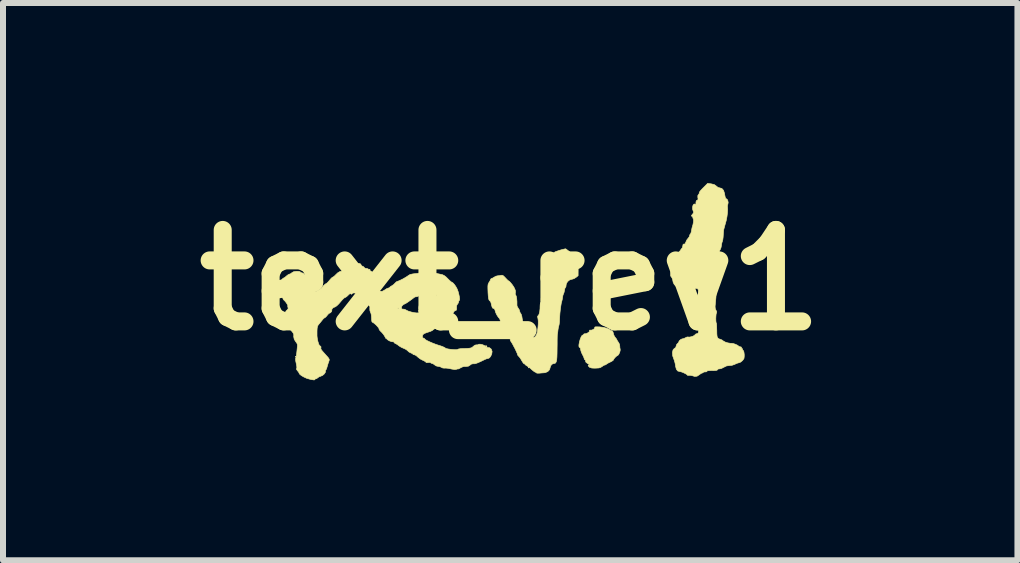
<source format=kicad_pcb>
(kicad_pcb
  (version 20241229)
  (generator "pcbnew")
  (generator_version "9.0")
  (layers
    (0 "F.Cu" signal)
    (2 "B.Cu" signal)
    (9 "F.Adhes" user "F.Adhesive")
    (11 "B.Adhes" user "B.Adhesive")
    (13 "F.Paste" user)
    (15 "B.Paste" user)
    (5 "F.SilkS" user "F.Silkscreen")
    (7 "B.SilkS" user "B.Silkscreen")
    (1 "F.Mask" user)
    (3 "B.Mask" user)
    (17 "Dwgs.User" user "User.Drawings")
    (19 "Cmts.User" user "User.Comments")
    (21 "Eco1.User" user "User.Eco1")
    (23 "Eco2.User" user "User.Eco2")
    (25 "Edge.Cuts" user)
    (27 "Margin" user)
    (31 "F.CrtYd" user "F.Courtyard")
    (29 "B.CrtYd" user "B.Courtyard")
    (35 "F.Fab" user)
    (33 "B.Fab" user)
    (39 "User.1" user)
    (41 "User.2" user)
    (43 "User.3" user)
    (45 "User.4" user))
  (footprint "text_rev1"
    (layer "F.Cu")
    (at 5.45 1.615)
    (property "Reference" "text_rev1" (at 0 0 0) (layer "F.SilkS") (effects (font (size 1.524 1.524) (thickness 0.3))))
    (attr through_hole)
    (fp_poly (pts (xy -3.568 1.276) (xy -3.574 1.282) (xy -3.58 1.276) (xy -3.574 1.27) (xy -3.568 1.276)) (stroke (width 0.01) (type solid)) (fill yes) (layer "F.SilkS"))
    (fp_poly (pts (xy 0.314 1.457) (xy 0.308 1.464) (xy 0.302 1.457) (xy 0.308 1.451) (xy 0.314 1.457)) (stroke (width 0.01) (type solid)) (fill yes) (layer "F.SilkS"))
    (fp_poly (pts (xy -0.401 1.093) (xy -0.388 1.105) (xy -0.387 1.107) (xy -0.393 1.112) (xy -0.405 1.101) (xy -0.406 1.099) (xy -0.408 1.091) (xy -0.401 1.093)) (stroke (width 0.01) (type solid)) (fill yes) (layer "F.SilkS"))
    (fp_poly (pts (xy 1.49 0.781) (xy 1.552 0.789) (xy 1.607 0.803) (xy 1.65 0.821) (xy 1.671 0.839) (xy 1.686 0.844) (xy 1.691 0.842) (xy 1.703 0.847) (xy 1.715 0.875) (xy 1.725 0.913) (xy 1.737 0.939) (xy 1.754 0.962) (xy 1.771 0.983) (xy 1.778 0.997) (xy 1.785 1.012) (xy 1.801 1.036) (xy 1.803 1.038) (xy 1.82 1.069) (xy 1.825 1.1) (xy 1.827 1.132) (xy 1.832 1.151) (xy 1.832 1.173) (xy 1.824 1.204) (xy 1.81 1.234) (xy 1.795 1.254) (xy 1.787 1.258) (xy 1.772 1.267) (xy 1.75 1.287) (xy 1.73 1.311) (xy 1.718 1.331) (xy 1.718 1.334) (xy 1.707 1.344) (xy 1.682 1.359) (xy 1.664 1.368) (xy 1.631 1.384) (xy 1.608 1.398) (xy 1.602 1.403) (xy 1.585 1.414) (xy 1.577 1.415) (xy 1.556 1.423) (xy 1.533 1.439) (xy 1.503 1.458) (xy 1.476 1.465) (xy 1.442 1.467) (xy 1.421 1.468) (xy 1.392 1.468) (xy 1.358 1.466) (xy 1.322 1.454) (xy 1.305 1.437) (xy 1.298 1.42) (xy 1.305 1.42) (xy 1.305 1.42) (xy 1.317 1.421) (xy 1.318 1.417) (xy 1.309 1.403) (xy 1.285 1.388) (xy 1.285 1.388) (xy 1.261 1.369) (xy 1.255 1.351) (xy 1.253 1.334) (xy 1.246 1.33) (xy 1.235 1.321) (xy 1.234 1.314) (xy 1.228 1.294) (xy 1.214 1.262) (xy 1.204 1.244) (xy 1.186 1.206) (xy 1.175 1.17) (xy 1.173 1.158) (xy 1.168 1.133) (xy 1.158 1.125) (xy 1.146 1.114) (xy 1.144 1.084) (xy 1.152 1.036) (xy 1.165 0.989) (xy 1.181 0.948) (xy 1.196 0.924) (xy 1.204 0.919) (xy 1.22 0.912) (xy 1.222 0.907) (xy 1.231 0.896) (xy 1.237 0.896) (xy 1.262 0.894) (xy 1.289 0.882) (xy 1.312 0.866) (xy 1.323 0.85) (xy 1.321 0.841) (xy 1.322 0.835) (xy 1.33 0.835) (xy 1.358 0.834) (xy 1.385 0.823) (xy 1.405 0.807) (xy 1.408 0.794) (xy 1.408 0.785) (xy 1.421 0.78) (xy 1.45 0.78) (xy 1.49 0.781)) (stroke (width 0.01) (type solid)) (fill yes) (layer "F.SilkS"))
    (fp_poly (pts (xy 0.934 -0.513) (xy 0.959 -0.494) (xy 0.987 -0.472) (xy 1.021 -0.446) (xy 1.051 -0.429) (xy 1.066 -0.423) (xy 1.087 -0.414) (xy 1.109 -0.392) (xy 1.11 -0.39) (xy 1.12 -0.372) (xy 1.127 -0.35) (xy 1.131 -0.319) (xy 1.132 -0.273) (xy 1.132 -0.215) (xy 1.131 -0.072) (xy 1.095 -0.043) (xy 1.062 -0.023) (xy 1.03 -0.013) (xy 1.026 -0.013) (xy 0.989 -0.001) (xy 0.956 0.026) (xy 0.935 0.062) (xy 0.931 0.084) (xy 0.928 0.111) (xy 0.921 0.123) (xy 0.912 0.136) (xy 0.905 0.165) (xy 0.904 0.173) (xy 0.897 0.206) (xy 0.888 0.231) (xy 0.886 0.233) (xy 0.878 0.255) (xy 0.873 0.284) (xy 0.867 0.322) (xy 0.86 0.351) (xy 0.851 0.383) (xy 0.843 0.432) (xy 0.835 0.491) (xy 0.828 0.554) (xy 0.824 0.613) (xy 0.822 0.653) (xy 0.82 0.699) (xy 0.815 0.74) (xy 0.811 0.757) (xy 0.802 0.792) (xy 0.795 0.835) (xy 0.794 0.847) (xy 0.79 0.881) (xy 0.786 0.903) (xy 0.785 0.907) (xy 0.784 0.921) (xy 0.783 0.954) (xy 0.782 1.004) (xy 0.782 1.067) (xy 0.781 1.132) (xy 0.78 1.218) (xy 0.778 1.283) (xy 0.774 1.33) (xy 0.767 1.361) (xy 0.757 1.38) (xy 0.744 1.389) (xy 0.726 1.391) (xy 0.726 1.391) (xy 0.699 1.401) (xy 0.676 1.426) (xy 0.665 1.457) (xy 0.665 1.46) (xy 0.654 1.495) (xy 0.626 1.525) (xy 0.586 1.542) (xy 0.571 1.545) (xy 0.526 1.548) (xy 0.481 1.552) (xy 0.452 1.552) (xy 0.436 1.548) (xy 0.435 1.546) (xy 0.426 1.537) (xy 0.42 1.536) (xy 0.403 1.528) (xy 0.377 1.508) (xy 0.357 1.491) (xy 0.323 1.461) (xy 0.289 1.437) (xy 0.275 1.428) (xy 0.252 1.413) (xy 0.242 1.4) (xy 0.242 1.4) (xy 0.235 1.394) (xy 0.232 1.395) (xy 0.222 1.389) (xy 0.206 1.366) (xy 0.193 1.345) (xy 0.172 1.309) (xy 0.151 1.281) (xy 0.142 1.272) (xy 0.125 1.252) (xy 0.121 1.239) (xy 0.116 1.222) (xy 0.101 1.189) (xy 0.082 1.148) (xy 0.059 1.105) (xy 0.038 1.065) (xy 0.02 1.035) (xy 0.011 1.023) (xy 0.001 1.002) (xy 0 0.989) (xy -0.004 0.973) (xy -0.01 0.973) (xy -0.022 0.968) (xy -0.038 0.942) (xy -0.053 0.907) (xy -0.073 0.869) (xy -0.095 0.838) (xy -0.116 0.82) (xy -0.124 0.818) (xy -0.14 0.81) (xy -0.143 0.8) (xy -0.145 0.774) (xy -0.151 0.737) (xy -0.16 0.698) (xy -0.169 0.664) (xy -0.177 0.644) (xy -0.179 0.642) (xy -0.199 0.619) (xy -0.221 0.585) (xy -0.239 0.549) (xy -0.247 0.527) (xy -0.257 0.491) (xy -0.272 0.474) (xy -0.283 0.472) (xy -0.293 0.467) (xy -0.302 0.451) (xy -0.311 0.419) (xy -0.321 0.375) (xy -0.334 0.353) (xy -0.345 0.343) (xy -0.354 0.331) (xy -0.361 0.306) (xy -0.366 0.265) (xy -0.37 0.205) (xy -0.37 0.2) (xy -0.372 0.142) (xy -0.372 0.101) (xy -0.369 0.074) (xy -0.362 0.054) (xy -0.351 0.037) (xy -0.335 0.01) (xy -0.327 -0.01) (xy -0.327 -0.011) (xy -0.317 -0.024) (xy -0.313 -0.024) (xy -0.295 -0.031) (xy -0.269 -0.047) (xy -0.267 -0.048) (xy -0.237 -0.064) (xy -0.211 -0.07) (xy -0.211 -0.07) (xy -0.181 -0.073) (xy -0.156 -0.078) (xy -0.135 -0.08) (xy -0.115 -0.071) (xy -0.09 -0.047) (xy -0.081 -0.037) (xy -0.055 -0.01) (xy -0.037 0.008) (xy -0.031 0.012) (xy -0.016 0.021) (xy 0.007 0.045) (xy 0.033 0.077) (xy 0.057 0.112) (xy 0.067 0.13) (xy 0.085 0.171) (xy 0.088 0.201) (xy 0.086 0.209) (xy 0.083 0.239) (xy 0.092 0.251) (xy 0.101 0.272) (xy 0.108 0.31) (xy 0.112 0.36) (xy 0.112 0.414) (xy 0.112 0.423) (xy 0.118 0.444) (xy 0.134 0.47) (xy 0.151 0.497) (xy 0.157 0.52) (xy 0.166 0.546) (xy 0.174 0.555) (xy 0.184 0.574) (xy 0.194 0.608) (xy 0.198 0.634) (xy 0.205 0.675) (xy 0.216 0.713) (xy 0.228 0.742) (xy 0.239 0.756) (xy 0.244 0.756) (xy 0.251 0.762) (xy 0.261 0.786) (xy 0.266 0.801) (xy 0.281 0.833) (xy 0.305 0.871) (xy 0.334 0.907) (xy 0.362 0.936) (xy 0.385 0.953) (xy 0.393 0.956) (xy 0.415 0.945) (xy 0.435 0.916) (xy 0.45 0.876) (xy 0.452 0.864) (xy 0.462 0.796) (xy 0.467 0.733) (xy 0.467 0.679) (xy 0.462 0.642) (xy 0.461 0.638) (xy 0.455 0.609) (xy 0.461 0.598) (xy 0.479 0.574) (xy 0.491 0.53) (xy 0.497 0.47) (xy 0.497 0.451) (xy 0.499 0.41) (xy 0.504 0.383) (xy 0.51 0.375) (xy 0.517 0.365) (xy 0.515 0.342) (xy 0.516 0.303) (xy 0.526 0.274) (xy 0.539 0.238) (xy 0.545 0.207) (xy 0.55 0.176) (xy 0.564 0.138) (xy 0.568 0.127) (xy 0.583 0.091) (xy 0.592 0.06) (xy 0.592 0.053) (xy 0.597 0.024) (xy 0.609 -0.011) (xy 0.61 -0.014) (xy 0.623 -0.053) (xy 0.633 -0.092) (xy 0.633 -0.092) (xy 0.641 -0.128) (xy 0.652 -0.156) (xy 0.659 -0.178) (xy 0.65 -0.199) (xy 0.641 -0.208) (xy 0.622 -0.238) (xy 0.618 -0.274) (xy 0.63 -0.323) (xy 0.637 -0.341) (xy 0.673 -0.404) (xy 0.674 -0.405) (xy 0.689 -0.405) (xy 0.695 -0.399) (xy 0.702 -0.405) (xy 0.695 -0.411) (xy 0.689 -0.405) (xy 0.674 -0.405) (xy 0.726 -0.455) (xy 0.746 -0.468) (xy 0.768 -0.477) (xy 0.804 -0.489) (xy 0.845 -0.502) (xy 0.885 -0.512) (xy 0.914 -0.519) (xy 0.923 -0.52) (xy 0.934 -0.513)) (stroke (width 0.01) (type solid)) (fill yes) (layer "F.SilkS"))
    (fp_poly (pts (xy 3.349 -1.602) (xy 3.401 -1.589) (xy 3.434 -1.565) (xy 3.46 -1.544) (xy 3.486 -1.536) (xy 3.526 -1.525) (xy 3.554 -1.493) (xy 3.571 -1.44) (xy 3.573 -1.424) (xy 3.582 -1.379) (xy 3.593 -1.357) (xy 3.598 -1.355) (xy 3.614 -1.344) (xy 3.626 -1.319) (xy 3.631 -1.289) (xy 3.626 -1.265) (xy 3.619 -1.237) (xy 3.62 -1.214) (xy 3.622 -1.174) (xy 3.619 -1.119) (xy 3.611 -1.056) (xy 3.599 -0.994) (xy 3.585 -0.941) (xy 3.579 -0.922) (xy 3.556 -0.836) (xy 3.55 -0.762) (xy 3.547 -0.714) (xy 3.542 -0.674) (xy 3.536 -0.648) (xy 3.535 -0.647) (xy 3.526 -0.619) (xy 3.519 -0.582) (xy 3.519 -0.575) (xy 3.511 -0.537) (xy 3.498 -0.506) (xy 3.495 -0.502) (xy 3.485 -0.479) (xy 3.475 -0.433) (xy 3.466 -0.366) (xy 3.457 -0.28) (xy 3.449 -0.176) (xy 3.442 -0.056) (xy 3.435 0.078) (xy 3.43 0.224) (xy 3.427 0.284) (xy 3.422 0.349) (xy 3.418 0.39) (xy 3.413 0.438) (xy 3.415 0.469) (xy 3.422 0.492) (xy 3.428 0.503) (xy 3.441 0.531) (xy 3.436 0.549) (xy 3.43 0.567) (xy 3.427 0.6) (xy 3.425 0.64) (xy 3.426 0.678) (xy 3.429 0.707) (xy 3.434 0.719) (xy 3.437 0.732) (xy 3.439 0.764) (xy 3.44 0.809) (xy 3.441 0.836) (xy 3.442 0.897) (xy 3.446 0.939) (xy 3.456 0.964) (xy 3.473 0.979) (xy 3.497 0.986) (xy 3.526 0.998) (xy 3.549 1.015) (xy 3.58 1.033) (xy 3.624 1.047) (xy 3.671 1.055) (xy 3.692 1.055) (xy 3.719 1.059) (xy 3.753 1.071) (xy 3.785 1.086) (xy 3.804 1.1) (xy 3.804 1.1) (xy 3.821 1.111) (xy 3.836 1.113) (xy 3.852 1.118) (xy 3.852 1.125) (xy 3.853 1.136) (xy 3.858 1.137) (xy 3.869 1.147) (xy 3.87 1.155) (xy 3.876 1.171) (xy 3.881 1.173) (xy 3.889 1.184) (xy 3.895 1.211) (xy 3.899 1.246) (xy 3.898 1.28) (xy 3.894 1.307) (xy 3.892 1.312) (xy 3.869 1.342) (xy 3.839 1.367) (xy 3.812 1.378) (xy 3.81 1.378) (xy 3.788 1.384) (xy 3.755 1.397) (xy 3.743 1.404) (xy 3.694 1.421) (xy 3.65 1.425) (xy 3.604 1.431) (xy 3.557 1.454) (xy 3.522 1.472) (xy 3.493 1.48) (xy 3.486 1.48) (xy 3.463 1.483) (xy 3.456 1.492) (xy 3.446 1.502) (xy 3.424 1.507) (xy 3.385 1.509) (xy 3.363 1.508) (xy 3.312 1.509) (xy 3.284 1.513) (xy 3.278 1.52) (xy 3.268 1.529) (xy 3.248 1.531) (xy 3.225 1.532) (xy 3.217 1.538) (xy 3.208 1.547) (xy 3.2 1.548) (xy 3.18 1.556) (xy 3.154 1.575) (xy 3.15 1.578) (xy 3.113 1.602) (xy 3.073 1.606) (xy 3.036 1.595) (xy 3.002 1.588) (xy 2.978 1.588) (xy 2.957 1.589) (xy 2.951 1.584) (xy 2.941 1.573) (xy 2.915 1.558) (xy 2.882 1.542) (xy 2.849 1.53) (xy 2.823 1.524) (xy 2.821 1.524) (xy 2.79 1.515) (xy 2.768 1.487) (xy 2.755 1.439) (xy 2.754 1.428) (xy 2.746 1.383) (xy 2.734 1.341) (xy 2.729 1.327) (xy 2.707 1.265) (xy 2.702 1.209) (xy 2.712 1.166) (xy 2.719 1.156) (xy 2.737 1.137) (xy 2.748 1.132) (xy 2.749 1.132) (xy 2.756 1.127) (xy 2.763 1.104) (xy 2.764 1.101) (xy 2.774 1.072) (xy 2.789 1.056) (xy 2.789 1.056) (xy 2.804 1.042) (xy 2.806 1.035) (xy 2.816 1.013) (xy 2.839 0.992) (xy 2.865 0.98) (xy 2.871 0.98) (xy 2.896 0.973) (xy 2.921 0.961) (xy 2.946 0.949) (xy 2.963 0.949) (xy 2.984 0.951) (xy 3.016 0.945) (xy 3.048 0.934) (xy 3.071 0.92) (xy 3.076 0.914) (xy 3.092 0.899) (xy 3.111 0.893) (xy 3.122 0.89) (xy 3.13 0.884) (xy 3.135 0.87) (xy 3.138 0.843) (xy 3.139 0.801) (xy 3.14 0.738) (xy 3.14 0.669) (xy 3.138 0.621) (xy 3.133 0.59) (xy 3.126 0.573) (xy 3.124 0.571) (xy 3.114 0.552) (xy 3.122 0.537) (xy 3.13 0.511) (xy 3.131 0.464) (xy 3.13 0.438) (xy 3.128 0.384) (xy 3.128 0.32) (xy 3.131 0.259) (xy 3.131 0.256) (xy 3.135 0.201) (xy 3.133 0.166) (xy 3.124 0.147) (xy 3.107 0.14) (xy 3.078 0.14) (xy 3.078 0.14) (xy 3.047 0.143) (xy 3.026 0.144) (xy 3.016 0.151) (xy 3.017 0.156) (xy 3.015 0.171) (xy 3.007 0.181) (xy 2.988 0.188) (xy 2.982 0.182) (xy 2.966 0.176) (xy 2.935 0.174) (xy 2.914 0.175) (xy 2.88 0.176) (xy 2.858 0.174) (xy 2.854 0.171) (xy 2.845 0.161) (xy 2.821 0.148) (xy 2.818 0.147) (xy 2.795 0.133) (xy 2.788 0.121) (xy 2.789 0.12) (xy 2.785 0.11) (xy 2.777 0.109) (xy 2.755 0.098) (xy 2.732 0.073) (xy 2.715 0.04) (xy 2.709 0.011) (xy 2.703 -0.02) (xy 2.692 -0.04) (xy 2.676 -0.062) (xy 2.672 -0.074) (xy 2.672 -0.099) (xy 2.676 -0.134) (xy 2.682 -0.173) (xy 2.69 -0.205) (xy 2.698 -0.224) (xy 2.699 -0.225) (xy 2.707 -0.241) (xy 2.709 -0.256) (xy 2.717 -0.281) (xy 2.735 -0.311) (xy 2.741 -0.318) (xy 2.764 -0.355) (xy 2.767 -0.39) (xy 2.768 -0.417) (xy 2.783 -0.441) (xy 2.802 -0.46) (xy 2.827 -0.484) (xy 2.841 -0.502) (xy 2.842 -0.507) (xy 2.852 -0.521) (xy 2.855 -0.522) (xy 2.868 -0.539) (xy 2.876 -0.574) (xy 2.878 -0.589) (xy 2.887 -0.599) (xy 2.896 -0.598) (xy 2.912 -0.603) (xy 2.926 -0.633) (xy 2.926 -0.633) (xy 2.942 -0.668) (xy 2.963 -0.695) (xy 2.964 -0.696) (xy 2.982 -0.72) (xy 2.988 -0.739) (xy 2.994 -0.759) (xy 3 -0.764) (xy 3.009 -0.778) (xy 3.017 -0.806) (xy 3.019 -0.817) (xy 3.025 -0.852) (xy 3.031 -0.879) (xy 3.033 -0.883) (xy 3.044 -0.922) (xy 3.052 -0.963) (xy 3.054 -0.998) (xy 3.05 -1.02) (xy 3.048 -1.022) (xy 3.041 -1.037) (xy 3.043 -1.041) (xy 3.039 -1.054) (xy 3.03 -1.06) (xy 3.018 -1.067) (xy 3.023 -1.08) (xy 3.036 -1.095) (xy 3.053 -1.119) (xy 3.053 -1.139) (xy 3.049 -1.147) (xy 3.038 -1.18) (xy 3.038 -1.215) (xy 3.045 -1.245) (xy 3.06 -1.264) (xy 3.079 -1.267) (xy 3.084 -1.264) (xy 3.095 -1.263) (xy 3.095 -1.266) (xy 3.094 -1.3) (xy 3.103 -1.324) (xy 3.115 -1.33) (xy 3.127 -1.336) (xy 3.129 -1.356) (xy 3.126 -1.371) (xy 3.125 -1.406) (xy 3.138 -1.426) (xy 3.15 -1.444) (xy 3.149 -1.454) (xy 3.154 -1.467) (xy 3.173 -1.492) (xy 3.203 -1.524) (xy 3.216 -1.537) (xy 3.289 -1.61) (xy 3.349 -1.602)) (stroke (width 0.01) (type solid)) (fill yes) (layer "F.SilkS"))
    (fp_poly (pts (xy -2.489 -0.263) (xy -2.486 -0.254) (xy -2.472 -0.234) (xy -2.46 -0.23) (xy -2.441 -0.22) (xy -2.436 -0.212) (xy -2.419 -0.197) (xy -2.4 -0.194) (xy -2.375 -0.189) (xy -2.364 -0.181) (xy -2.349 -0.175) (xy -2.344 -0.177) (xy -2.336 -0.178) (xy -2.339 -0.171) (xy -2.336 -0.157) (xy -2.317 -0.145) (xy -2.292 -0.13) (xy -2.284 -0.106) (xy -2.285 -0.086) (xy -2.281 -0.066) (xy -2.277 -0.062) (xy -2.269 -0.046) (xy -2.257 -0.013) (xy -2.243 0.034) (xy -2.229 0.089) (xy -2.217 0.139) (xy -2.209 0.171) (xy -2.195 0.185) (xy -2.17 0.191) (xy -2.168 0.191) (xy -2.127 0.186) (xy -2.088 0.164) (xy -2.058 0.144) (xy -2.033 0.134) (xy -2.028 0.133) (xy -2.011 0.128) (xy -2.008 0.123) (xy -1.998 0.111) (xy -1.976 0.098) (xy -1.944 0.077) (xy -1.921 0.054) (xy -1.9 0.033) (xy -1.885 0.024) (xy -1.884 0.024) (xy -1.865 0.018) (xy -1.831 0.003) (xy -1.79 -0.017) (xy -1.75 -0.04) (xy -1.716 -0.061) (xy -1.697 -0.075) (xy -1.668 -0.092) (xy -1.622 -0.102) (xy -1.595 -0.105) (xy -1.54 -0.111) (xy -1.484 -0.121) (xy -1.454 -0.129) (xy -1.394 -0.14) (xy -1.332 -0.139) (xy -1.278 -0.129) (xy -1.259 -0.121) (xy -1.237 -0.113) (xy -1.2 -0.104) (xy -1.171 -0.098) (xy -1.13 -0.089) (xy -1.099 -0.074) (xy -1.068 -0.05) (xy -1.043 -0.025) (xy -1.012 0.006) (xy -0.988 0.027) (xy -0.975 0.036) (xy -0.974 0.036) (xy -0.956 0.046) (xy -0.932 0.072) (xy -0.907 0.107) (xy -0.886 0.145) (xy -0.882 0.154) (xy -0.868 0.192) (xy -0.857 0.234) (xy -0.848 0.276) (xy -0.844 0.312) (xy -0.845 0.334) (xy -0.848 0.339) (xy -0.857 0.349) (xy -0.859 0.361) (xy -0.868 0.388) (xy -0.878 0.4) (xy -0.891 0.423) (xy -0.894 0.447) (xy -0.894 0.483) (xy -0.898 0.502) (xy -0.909 0.508) (xy -0.913 0.508) (xy -0.931 0.518) (xy -0.946 0.541) (xy -0.963 0.571) (xy -0.989 0.605) (xy -1 0.617) (xy -1.034 0.654) (xy -1.069 0.694) (xy -1.076 0.703) (xy -1.108 0.734) (xy -1.142 0.757) (xy -1.152 0.762) (xy -1.21 0.786) (xy -1.254 0.808) (xy -1.281 0.826) (xy -1.286 0.831) (xy -1.302 0.843) (xy -1.333 0.857) (xy -1.354 0.864) (xy -1.394 0.877) (xy -1.428 0.89) (xy -1.438 0.895) (xy -1.456 0.912) (xy -1.463 0.936) (xy -1.461 0.958) (xy -1.447 0.968) (xy -1.445 0.968) (xy -1.429 0.974) (xy -1.427 0.979) (xy -1.417 0.99) (xy -1.388 1.008) (xy -1.346 1.028) (xy -1.295 1.05) (xy -1.241 1.071) (xy -1.187 1.089) (xy -1.185 1.089) (xy -1.14 1.104) (xy -1.104 1.119) (xy -1.082 1.132) (xy -1.081 1.134) (xy -1.064 1.142) (xy -1.032 1.149) (xy -0.991 1.155) (xy -0.948 1.159) (xy -0.91 1.161) (xy -0.882 1.159) (xy -0.871 1.153) (xy -0.86 1.149) (xy -0.83 1.144) (xy -0.786 1.141) (xy -0.76 1.141) (xy -0.707 1.139) (xy -0.671 1.135) (xy -0.647 1.129) (xy -0.629 1.118) (xy -0.616 1.106) (xy -0.588 1.085) (xy -0.565 1.08) (xy -0.564 1.08) (xy -0.544 1.081) (xy -0.539 1.077) (xy -0.521 1.069) (xy -0.491 1.07) (xy -0.456 1.079) (xy -0.426 1.094) (xy -0.418 1.1) (xy -0.396 1.117) (xy -0.38 1.124) (xy -0.38 1.124) (xy -0.344 1.128) (xy -0.316 1.151) (xy -0.303 1.186) (xy -0.302 1.193) (xy -0.308 1.232) (xy -0.324 1.268) (xy -0.344 1.295) (xy -0.365 1.306) (xy -0.365 1.306) (xy -0.394 1.312) (xy -0.421 1.323) (xy -0.495 1.359) (xy -0.551 1.383) (xy -0.589 1.395) (xy -0.613 1.395) (xy -0.644 1.399) (xy -0.664 1.414) (xy -0.696 1.435) (xy -0.739 1.441) (xy -0.765 1.44) (xy -0.789 1.445) (xy -0.821 1.459) (xy -0.829 1.464) (xy -0.855 1.478) (xy -0.87 1.483) (xy -0.871 1.482) (xy -0.88 1.481) (xy -0.892 1.486) (xy -0.922 1.491) (xy -0.972 1.484) (xy -0.991 1.48) (xy -1.035 1.471) (xy -1.073 1.467) (xy -1.094 1.468) (xy -1.123 1.466) (xy -1.142 1.457) (xy -1.172 1.443) (xy -1.2 1.439) (xy -1.234 1.431) (xy -1.258 1.415) (xy -1.282 1.397) (xy -1.3 1.391) (xy -1.32 1.384) (xy -1.324 1.379) (xy -1.34 1.373) (xy -1.367 1.375) (xy -1.392 1.377) (xy -1.403 1.371) (xy -1.403 1.371) (xy -1.413 1.36) (xy -1.439 1.345) (xy -1.457 1.337) (xy -1.497 1.316) (xy -1.533 1.289) (xy -1.542 1.281) (xy -1.568 1.258) (xy -1.593 1.246) (xy -1.597 1.246) (xy -1.616 1.241) (xy -1.621 1.235) (xy -1.631 1.225) (xy -1.653 1.216) (xy -1.685 1.2) (xy -1.706 1.181) (xy -1.732 1.159) (xy -1.768 1.141) (xy -1.776 1.138) (xy -1.816 1.12) (xy -1.853 1.097) (xy -1.857 1.093) (xy -1.886 1.072) (xy -1.911 1.058) (xy -1.913 1.058) (xy -1.931 1.047) (xy -1.935 1.039) (xy -1.942 1.03) (xy -1.944 1.03) (xy -1.975 1.027) (xy -2.012 1.014) (xy -2.042 0.996) (xy -2.051 0.988) (xy -2.064 0.973) (xy -2.069 0.974) (xy -2.073 0.972) (xy -2.083 0.953) (xy -2.088 0.943) (xy -2.109 0.909) (xy -2.139 0.873) (xy -2.149 0.864) (xy -2.173 0.839) (xy -2.185 0.82) (xy -2.185 0.814) (xy -2.19 0.801) (xy -2.208 0.778) (xy -2.233 0.751) (xy -2.261 0.726) (xy -2.285 0.708) (xy -2.299 0.702) (xy -2.305 0.691) (xy -2.309 0.662) (xy -2.31 0.631) (xy -2.314 0.581) (xy -2.323 0.545) (xy -2.328 0.538) (xy -2.338 0.507) (xy -2.339 0.48) (xy -1.886 0.48) (xy -1.874 0.478) (xy -1.871 0.477) (xy -1.856 0.467) (xy -1.856 0.462) (xy -1.869 0.463) (xy -1.878 0.47) (xy -1.886 0.48) (xy -2.339 0.48) (xy -2.339 0.464) (xy -2.339 0.461) (xy -1.814 0.461) (xy -1.805 0.482) (xy -1.779 0.486) (xy -1.774 0.485) (xy -1.756 0.489) (xy -1.737 0.499) (xy -1.699 0.518) (xy -1.649 0.533) (xy -1.598 0.544) (xy -1.553 0.549) (xy -1.527 0.546) (xy -1.517 0.538) (xy -1.526 0.524) (xy -1.533 0.511) (xy -1.529 0.509) (xy -1.504 0.507) (xy -1.481 0.496) (xy -1.471 0.481) (xy -1.472 0.477) (xy -1.469 0.463) (xy -1.446 0.457) (xy -1.405 0.458) (xy -1.38 0.453) (xy -1.37 0.436) (xy -1.36 0.416) (xy -1.35 0.411) (xy -1.334 0.402) (xy -1.321 0.387) (xy -1.305 0.37) (xy -1.294 0.369) (xy -1.284 0.365) (xy -1.282 0.353) (xy -1.273 0.33) (xy -1.263 0.322) (xy -1.249 0.307) (xy -1.25 0.296) (xy -1.25 0.281) (xy -1.245 0.278) (xy -1.236 0.268) (xy -1.234 0.253) (xy -1.239 0.235) (xy -1.249 0.233) (xy -1.27 0.232) (xy -1.297 0.222) (xy -1.325 0.211) (xy -1.358 0.204) (xy -1.39 0.199) (xy -1.413 0.199) (xy -1.422 0.204) (xy -1.421 0.206) (xy -1.425 0.219) (xy -1.436 0.229) (xy -1.448 0.239) (xy -1.445 0.242) (xy -1.443 0.247) (xy -1.451 0.253) (xy -1.477 0.257) (xy -1.49 0.253) (xy -1.508 0.248) (xy -1.512 0.252) (xy -1.522 0.263) (xy -1.545 0.274) (xy -1.569 0.28) (xy -1.576 0.279) (xy -1.592 0.285) (xy -1.6 0.29) (xy -1.632 0.315) (xy -1.669 0.342) (xy -1.706 0.368) (xy -1.737 0.388) (xy -1.756 0.398) (xy -1.759 0.399) (xy -1.78 0.409) (xy -1.802 0.431) (xy -1.814 0.456) (xy -1.814 0.461) (xy -2.339 0.461) (xy -2.331 0.415) (xy -2.316 0.37) (xy -2.309 0.357) (xy -2.294 0.323) (xy -2.298 0.303) (xy -2.322 0.296) (xy -2.363 0.302) (xy -2.42 0.307) (xy -2.462 0.294) (xy -2.483 0.27) (xy -2.504 0.249) (xy -2.535 0.232) (xy -2.57 0.22) (xy -2.603 0.215) (xy -2.627 0.219) (xy -2.637 0.232) (xy -2.643 0.238) (xy -2.653 0.231) (xy -2.668 0.227) (xy -2.687 0.239) (xy -2.701 0.254) (xy -2.726 0.277) (xy -2.747 0.29) (xy -2.75 0.29) (xy -2.766 0.299) (xy -2.791 0.322) (xy -2.814 0.348) (xy -2.856 0.397) (xy -2.889 0.429) (xy -2.917 0.448) (xy -2.936 0.455) (xy -2.96 0.47) (xy -2.973 0.493) (xy -2.972 0.509) (xy -2.976 0.523) (xy -2.99 0.541) (xy -3.005 0.551) (xy -3.01 0.551) (xy -3.021 0.557) (xy -3.04 0.577) (xy -3.048 0.587) (xy -3.07 0.613) (xy -3.087 0.627) (xy -3.091 0.629) (xy -3.106 0.638) (xy -3.121 0.654) (xy -3.14 0.678) (xy -3.166 0.71) (xy -3.178 0.724) (xy -3.2 0.751) (xy -3.212 0.777) (xy -3.217 0.809) (xy -3.219 0.847) (xy -3.219 0.897) (xy -3.219 0.931) (xy -3.216 0.96) (xy -3.211 0.991) (xy -3.203 1.027) (xy -3.189 1.072) (xy -3.173 1.095) (xy -3.168 1.097) (xy -3.153 1.111) (xy -3.153 1.125) (xy -3.155 1.137) (xy -3.153 1.15) (xy -3.143 1.167) (xy -3.123 1.191) (xy -3.09 1.228) (xy -3.067 1.254) (xy -3.036 1.288) (xy -3.02 1.311) (xy -3.014 1.328) (xy -3.018 1.346) (xy -3.023 1.358) (xy -3.036 1.396) (xy -3.049 1.44) (xy -3.051 1.448) (xy -3.061 1.48) (xy -3.071 1.498) (xy -3.074 1.5) (xy -3.079 1.509) (xy -3.077 1.516) (xy -3.08 1.538) (xy -3.098 1.565) (xy -3.126 1.589) (xy -3.156 1.602) (xy -3.156 1.602) (xy -3.187 1.614) (xy -3.206 1.628) (xy -3.226 1.643) (xy -3.237 1.645) (xy -3.252 1.651) (xy -3.254 1.655) (xy -3.258 1.663) (xy -3.275 1.664) (xy -3.308 1.659) (xy -3.344 1.651) (xy -3.394 1.636) (xy -3.441 1.614) (xy -3.482 1.59) (xy -3.51 1.566) (xy -3.52 1.546) (xy -3.527 1.531) (xy -3.545 1.511) (xy -3.561 1.487) (xy -3.559 1.474) (xy -3.554 1.454) (xy -3.56 1.414) (xy -3.565 1.39) (xy -3.574 1.347) (xy -3.576 1.312) (xy -3.573 1.298) (xy -3.568 1.284) (xy -3.564 1.266) (xy -3.56 1.24) (xy -3.555 1.2) (xy -3.549 1.141) (xy -3.549 1.14) (xy -3.545 1.097) (xy -3.547 1.07) (xy -3.557 1.048) (xy -3.573 1.028) (xy -3.598 0.988) (xy -3.607 0.945) (xy -3.606 0.916) (xy -3.608 0.9) (xy -3.619 0.879) (xy -3.641 0.851) (xy -3.676 0.812) (xy -3.694 0.793) (xy -3.716 0.769) (xy -3.73 0.749) (xy -3.738 0.727) (xy -3.742 0.695) (xy -3.744 0.647) (xy -3.744 0.633) (xy -3.745 0.58) (xy -3.744 0.546) (xy -3.74 0.525) (xy -3.731 0.511) (xy -3.719 0.501) (xy -3.7 0.48) (xy -3.701 0.461) (xy -3.702 0.459) (xy -3.707 0.439) (xy -3.705 0.432) (xy -3.707 0.419) (xy -3.72 0.395) (xy -3.739 0.368) (xy -3.759 0.344) (xy -3.77 0.335) (xy -3.784 0.316) (xy -3.786 0.308) (xy -3.793 0.292) (xy -3.798 0.29) (xy -3.808 0.28) (xy -3.81 0.271) (xy -3.817 0.248) (xy -3.833 0.22) (xy -3.847 0.191) (xy -3.852 0.166) (xy -3.852 0.166) (xy -3.854 0.145) (xy -3.86 0.138) (xy -3.865 0.123) (xy -3.862 0.096) (xy -3.851 0.071) (xy -3.838 0.057) (xy -3.824 0.037) (xy -3.822 0.026) (xy -3.814 0.006) (xy -3.796 -0.018) (xy -3.775 -0.034) (xy -3.767 -0.036) (xy -3.755 -0.044) (xy -3.733 -0.062) (xy -3.728 -0.067) (xy -3.702 -0.087) (xy -3.682 -0.097) (xy -3.68 -0.097) (xy -3.66 -0.104) (xy -3.638 -0.121) (xy -3.607 -0.139) (xy -3.562 -0.145) (xy -3.554 -0.145) (xy -3.52 -0.143) (xy -3.499 -0.137) (xy -3.496 -0.133) (xy -3.485 -0.123) (xy -3.472 -0.121) (xy -3.447 -0.112) (xy -3.438 -0.102) (xy -3.42 -0.084) (xy -3.41 -0.08) (xy -3.359 -0.059) (xy -3.32 -0.019) (xy -3.295 0.034) (xy -3.288 0.097) (xy -3.288 0.101) (xy -3.287 0.136) (xy -3.283 0.16) (xy -3.281 0.164) (xy -3.267 0.176) (xy -3.247 0.184) (xy -3.23 0.186) (xy -3.224 0.182) (xy -3.225 0.179) (xy -3.221 0.171) (xy -3.208 0.171) (xy -3.184 0.164) (xy -3.15 0.137) (xy -3.133 0.118) (xy -3.104 0.088) (xy -3.08 0.067) (xy -3.068 0.06) (xy -3.053 0.051) (xy -3.03 0.028) (xy -3.012 0.006) (xy -2.986 -0.024) (xy -2.965 -0.044) (xy -2.956 -0.048) (xy -2.94 -0.057) (xy -2.916 -0.078) (xy -2.906 -0.089) (xy -2.872 -0.121) (xy -2.836 -0.142) (xy -2.807 -0.148) (xy -2.803 -0.148) (xy -2.794 -0.154) (xy -2.794 -0.157) (xy -2.784 -0.169) (xy -2.759 -0.183) (xy -2.751 -0.187) (xy -2.722 -0.203) (xy -2.703 -0.22) (xy -2.702 -0.223) (xy -2.685 -0.237) (xy -2.659 -0.242) (xy -2.624 -0.246) (xy -2.598 -0.255) (xy -2.569 -0.266) (xy -2.534 -0.273) (xy -2.504 -0.274) (xy -2.489 -0.263)) (stroke (width 0.01) (type solid)) (fill yes) (layer "F.SilkS")))
  (gr_rect
    (start -3 -3)
    (end 13.9 6.284)
    (stroke (width 0.1) (type default))
    (fill no)
    (layer "Edge.Cuts")))
</source>
